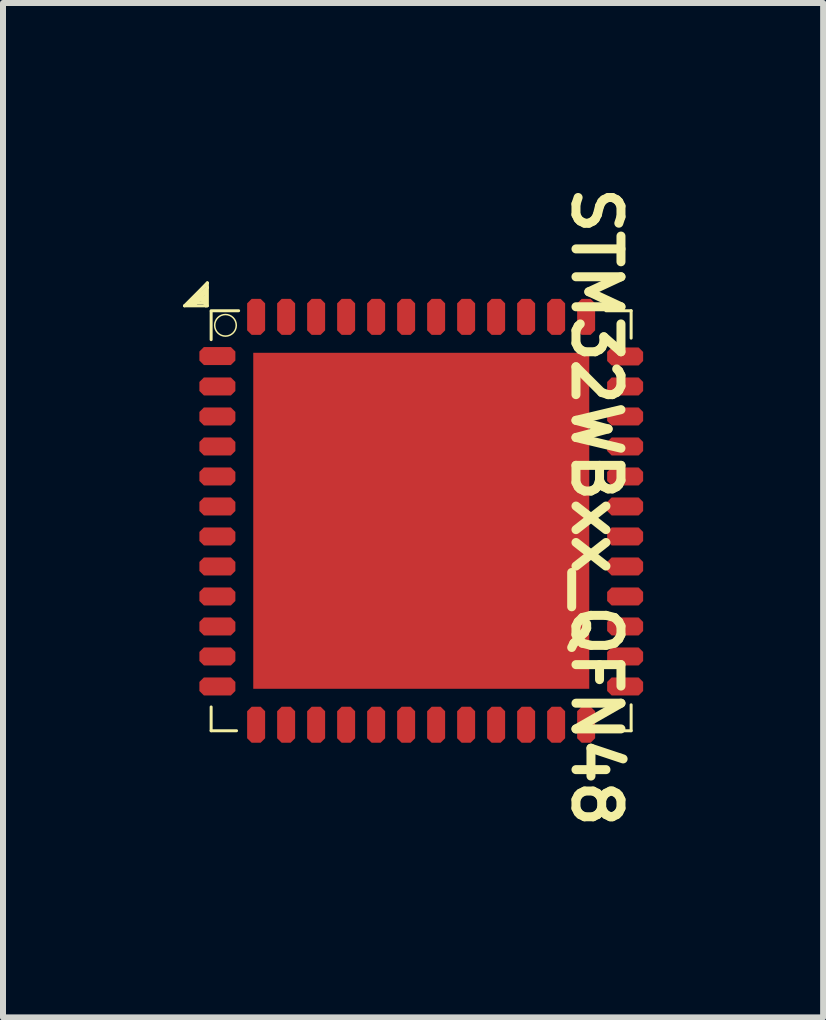
<source format=kicad_pcb>
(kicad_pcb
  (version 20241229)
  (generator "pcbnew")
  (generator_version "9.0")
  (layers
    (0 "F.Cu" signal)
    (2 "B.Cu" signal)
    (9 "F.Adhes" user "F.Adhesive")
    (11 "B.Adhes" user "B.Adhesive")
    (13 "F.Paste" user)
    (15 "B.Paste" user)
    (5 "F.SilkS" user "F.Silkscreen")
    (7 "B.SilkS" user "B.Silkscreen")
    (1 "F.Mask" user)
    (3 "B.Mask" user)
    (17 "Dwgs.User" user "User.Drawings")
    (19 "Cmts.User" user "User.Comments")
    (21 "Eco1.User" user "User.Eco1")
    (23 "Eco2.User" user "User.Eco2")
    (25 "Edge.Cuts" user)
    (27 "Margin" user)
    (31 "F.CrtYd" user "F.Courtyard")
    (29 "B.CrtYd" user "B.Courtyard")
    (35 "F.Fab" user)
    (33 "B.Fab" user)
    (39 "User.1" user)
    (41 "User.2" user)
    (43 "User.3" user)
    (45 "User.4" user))
  (footprint "STM32WBxx_QFN48"
    (layer "F.Cu")
    (at 3.971 5.63)
    (property "Reference" "STM32WBxx_QFN48" (at 2.479 -5.63 270) (unlocked yes) (layer "F.SilkS") (effects (font (size 0.75 0.75) (thickness 0.15)) (justify left bottom)))
    (fp_line (start -3.946 -3.583) (end -3.565 -3.583) (stroke (width 0.05) (type solid)) (layer "F.SilkS"))
    (fp_line (start -3.895 -3.608) (end -3.819 -3.608) (stroke (width 0.05) (type solid)) (layer "F.SilkS"))
    (fp_line (start -3.844 -3.634) (end -3.768 -3.608) (stroke (width 0.05) (type solid)) (layer "F.SilkS"))
    (fp_line (start -3.793 -3.634) (end -3.615 -3.634) (stroke (width 0.05) (type solid)) (layer "F.SilkS"))
    (fp_line (start -3.692 -3.684) (end -3.615 -3.659) (stroke (width 0.05) (type solid)) (layer "F.SilkS"))
    (fp_line (start -3.692 -3.684) (end -3.59 -3.684) (stroke (width 0.05) (type solid)) (layer "F.SilkS"))
    (fp_line (start -3.615 -3.634) (end -3.59 -3.583) (stroke (width 0.05) (type solid)) (layer "F.SilkS"))
    (fp_line (start -3.59 -3.811) (end -3.768 -3.608) (stroke (width 0.05) (type solid)) (layer "F.SilkS"))
    (fp_line (start -3.59 -3.811) (end -3.59 -3.583) (stroke (width 0.05) (type solid)) (layer "F.SilkS"))
    (fp_line (start -3.59 -3.735) (end -3.793 -3.634) (stroke (width 0.05) (type solid)) (layer "F.SilkS"))
    (fp_line (start -3.59 -3.735) (end -3.615 -3.659) (stroke (width 0.05) (type solid)) (layer "F.SilkS"))
    (fp_line (start -3.565 -3.964) (end -3.946 -3.583) (stroke (width 0.05) (type solid)) (layer "F.SilkS"))
    (fp_line (start -3.565 -3.964) (end -3.895 -3.608) (stroke (width 0.05) (type solid)) (layer "F.SilkS"))
    (fp_line (start -3.565 -3.964) (end -3.565 -3.583) (stroke (width 0.05) (type solid)) (layer "F.SilkS"))
    (fp_line (start -3.565 -3.888) (end -3.844 -3.634) (stroke (width 0.05) (type solid)) (layer "F.SilkS"))
    (fp_line (start -3.565 -3.888) (end -3.819 -3.608) (stroke (width 0.05) (type solid)) (layer "F.SilkS"))
    (fp_line (start -3.502 -3.501) (end -3.502 -3.489) (stroke (width 0.025) (type solid)) (layer "F.SilkS"))
    (fp_line (start -3.502 -3.501) (end -3.044 -3.501) (stroke (width 0.05) (type solid)) (layer "F.SilkS"))
    (fp_line (start -3.502 -3.489) (end -3.502 -3.019) (stroke (width 0.05) (type solid)) (layer "F.SilkS"))
    (fp_line (start -3.502 3.103) (end -3.502 3.499) (stroke (width 0.025) (type solid)) (layer "F.SilkS"))
    (fp_line (start -3.502 3.103) (end -3.502 3.499) (stroke (width 0.05) (type solid)) (layer "F.SilkS"))
    (fp_line (start -3.502 3.499) (end -3.079 3.499) (stroke (width 0.025) (type solid)) (layer "F.SilkS"))
    (fp_line (start -3.502 3.499) (end -3.079 3.499) (stroke (width 0.05) (type solid)) (layer "F.SilkS"))
    (fp_line (start 3.077 -3.501) (end 3.498 -3.501) (stroke (width 0.025) (type solid)) (layer "F.SilkS"))
    (fp_line (start 3.077 -3.501) (end 3.498 -3.501) (stroke (width 0.05) (type solid)) (layer "F.SilkS"))
    (fp_line (start 3.077 3.499) (end 3.498 3.499) (stroke (width 0.05) (type solid)) (layer "F.SilkS"))
    (fp_line (start 3.498 -3.501) (end 3.498 -3.044) (stroke (width 0.05) (type solid)) (layer "F.SilkS"))
    (fp_line (start 3.498 3.067) (end 3.498 3.499) (stroke (width 0.025) (type solid)) (layer "F.SilkS"))
    (fp_line (start 3.498 3.067) (end 3.498 3.499) (stroke (width 0.05) (type solid)) (layer "F.SilkS"))
    (fp_circle (center -3.263 -3.258) (end -3.083 -3.258) (stroke (width 0.025) (type solid)) (fill no) (layer "F.SilkS"))
    (pad "1" smd roundrect (at -3.398 -2.746) (size 0.6 0.3) (layers "F.Cu" "F.Mask" "F.Paste") (roundrect_rratio 0.25) (chamfer_ratio 0.25) (chamfer top_left top_right bottom_left bottom_right))
    (pad "2" smd roundrect (at -3.398 -2.239) (size 0.6 0.3) (layers "F.Cu" "F.Mask" "F.Paste") (roundrect_rratio 0.25) (chamfer_ratio 0.25) (chamfer top_left top_right bottom_left bottom_right))
    (pad "3" smd roundrect (at -3.398 -1.739) (size 0.6 0.3) (layers "F.Cu" "F.Mask" "F.Paste") (roundrect_rratio 0.25) (chamfer_ratio 0.25) (chamfer top_left top_right bottom_left bottom_right))
    (pad "4" smd roundrect (at -3.398 -1.239) (size 0.6 0.3) (layers "F.Cu" "F.Mask" "F.Paste") (roundrect_rratio 0.25) (chamfer_ratio 0.25) (chamfer top_left top_right bottom_left bottom_right))
    (pad "5" smd roundrect (at -3.398 -0.739) (size 0.6 0.3) (layers "F.Cu" "F.Mask" "F.Paste") (roundrect_rratio 0.25) (chamfer_ratio 0.25) (chamfer top_left top_right bottom_left bottom_right))
    (pad "6" smd roundrect (at -3.398 -0.239) (size 0.6 0.3) (layers "F.Cu" "F.Mask" "F.Paste") (roundrect_rratio 0.25) (chamfer_ratio 0.25) (chamfer top_left top_right bottom_left bottom_right))
    (pad "7" smd roundrect (at -3.398 0.261) (size 0.6 0.3) (layers "F.Cu" "F.Mask" "F.Paste") (roundrect_rratio 0.25) (chamfer_ratio 0.25) (chamfer top_left top_right bottom_left bottom_right))
    (pad "8" smd roundrect (at -3.398 0.761) (size 0.6 0.3) (layers "F.Cu" "F.Mask" "F.Paste") (roundrect_rratio 0.25) (chamfer_ratio 0.25) (chamfer top_left top_right bottom_left bottom_right))
    (pad "9" smd roundrect (at -3.398 1.261) (size 0.6 0.3) (layers "F.Cu" "F.Mask" "F.Paste") (roundrect_rratio 0.25) (chamfer_ratio 0.25) (chamfer top_left top_right bottom_left bottom_right))
    (pad "10" smd roundrect (at -3.398 1.761) (size 0.6 0.3) (layers "F.Cu" "F.Mask" "F.Paste") (roundrect_rratio 0.25) (chamfer_ratio 0.25) (chamfer top_left top_right bottom_left bottom_right))
    (pad "11" smd roundrect (at -3.398 2.261) (size 0.6 0.3) (layers "F.Cu" "F.Mask" "F.Paste") (roundrect_rratio 0.25) (chamfer_ratio 0.25) (chamfer top_left top_right bottom_left bottom_right))
    (pad "12" smd roundrect (at -3.398 2.761) (size 0.6 0.3) (layers "F.Cu" "F.Mask" "F.Paste") (roundrect_rratio 0.25) (chamfer_ratio 0.25) (chamfer top_left top_right bottom_left bottom_right))
    (pad "13" smd roundrect (at -2.752 3.399 90) (size 0.6 0.3) (layers "F.Cu" "F.Mask" "F.Paste") (roundrect_rratio 0.25) (chamfer_ratio 0.25) (chamfer top_left top_right bottom_left bottom_right))
    (pad "14" smd roundrect (at -2.252 3.399 90) (size 0.6 0.3) (layers "F.Cu" "F.Mask" "F.Paste") (roundrect_rratio 0.25) (chamfer_ratio 0.25) (chamfer top_left top_right bottom_left bottom_right))
    (pad "15" smd roundrect (at -1.752 3.399 90) (size 0.6 0.3) (layers "F.Cu" "F.Mask" "F.Paste") (roundrect_rratio 0.25) (chamfer_ratio 0.25) (chamfer top_left top_right bottom_left bottom_right))
    (pad "16" smd roundrect (at -1.252 3.399 90) (size 0.6 0.3) (layers "F.Cu" "F.Mask" "F.Paste") (roundrect_rratio 0.25) (chamfer_ratio 0.25) (chamfer top_left top_right bottom_left bottom_right))
    (pad "17" smd roundrect (at -0.752 3.399 90) (size 0.6 0.3) (layers "F.Cu" "F.Mask" "F.Paste") (roundrect_rratio 0.25) (chamfer_ratio 0.25) (chamfer top_left top_right bottom_left bottom_right))
    (pad "18" smd roundrect (at -0.252 3.399 90) (size 0.6 0.3) (layers "F.Cu" "F.Mask" "F.Paste") (roundrect_rratio 0.25) (chamfer_ratio 0.25) (chamfer top_left top_right bottom_left bottom_right))
    (pad "19" smd roundrect (at 0.248 3.399 90) (size 0.6 0.3) (layers "F.Cu" "F.Mask" "F.Paste") (roundrect_rratio 0.25) (chamfer_ratio 0.25) (chamfer top_left top_right bottom_left bottom_right))
    (pad "20" smd roundrect (at 0.748 3.399 90) (size 0.6 0.3) (layers "F.Cu" "F.Mask" "F.Paste") (roundrect_rratio 0.25) (chamfer_ratio 0.25) (chamfer top_left top_right bottom_left bottom_right))
    (pad "21" smd roundrect (at 1.248 3.399 90) (size 0.6 0.3) (layers "F.Cu" "F.Mask" "F.Paste") (roundrect_rratio 0.25) (chamfer_ratio 0.25) (chamfer top_left top_right bottom_left bottom_right))
    (pad "22" smd roundrect (at 1.748 3.399 90) (size 0.6 0.3) (layers "F.Cu" "F.Mask" "F.Paste") (roundrect_rratio 0.25) (chamfer_ratio 0.25) (chamfer top_left top_right bottom_left bottom_right))
    (pad "23" smd roundrect (at 2.248 3.399 90) (size 0.6 0.3) (layers "F.Cu" "F.Mask" "F.Paste") (roundrect_rratio 0.25) (chamfer_ratio 0.25) (chamfer top_left top_right bottom_left bottom_right))
    (pad "24" smd roundrect (at 2.748 3.399 90) (size 0.6 0.3) (layers "F.Cu" "F.Mask" "F.Paste") (roundrect_rratio 0.25) (chamfer_ratio 0.25) (chamfer top_left top_right bottom_left bottom_right))
    (pad "25" smd roundrect (at 3.398 2.761) (size 0.6 0.3) (layers "F.Cu" "F.Mask" "F.Paste") (roundrect_rratio 0.25) (chamfer_ratio 0.25) (chamfer top_left top_right bottom_left bottom_right))
    (pad "26" smd roundrect (at 3.398 2.261) (size 0.6 0.3) (layers "F.Cu" "F.Mask" "F.Paste") (roundrect_rratio 0.25) (chamfer_ratio 0.25) (chamfer top_left top_right bottom_left bottom_right))
    (pad "27" smd roundrect (at 3.398 1.761) (size 0.6 0.3) (layers "F.Cu" "F.Mask" "F.Paste") (roundrect_rratio 0.25) (chamfer_ratio 0.25) (chamfer top_left top_right bottom_left bottom_right))
    (pad "28" smd roundrect (at 3.398 1.261) (size 0.6 0.3) (layers "F.Cu" "F.Mask" "F.Paste") (roundrect_rratio 0.25) (chamfer_ratio 0.25) (chamfer top_left top_right bottom_left bottom_right))
    (pad "29" smd roundrect (at 3.398 0.761) (size 0.6 0.3) (layers "F.Cu" "F.Mask" "F.Paste") (roundrect_rratio 0.25) (chamfer_ratio 0.25) (chamfer top_left top_right bottom_left bottom_right))
    (pad "30" smd roundrect (at 3.398 0.261) (size 0.6 0.3) (layers "F.Cu" "F.Mask" "F.Paste") (roundrect_rratio 0.25) (chamfer_ratio 0.25) (chamfer top_left top_right bottom_left bottom_right))
    (pad "31" smd roundrect (at 3.398 -0.239) (size 0.6 0.3) (layers "F.Cu" "F.Mask" "F.Paste") (roundrect_rratio 0.25) (chamfer_ratio 0.25) (chamfer top_left top_right bottom_left bottom_right))
    (pad "32" smd roundrect (at 3.398 -0.739) (size 0.6 0.3) (layers "F.Cu" "F.Mask" "F.Paste") (roundrect_rratio 0.25) (chamfer_ratio 0.25) (chamfer top_left top_right bottom_left bottom_right))
    (pad "33" smd roundrect (at 3.398 -1.239) (size 0.6 0.3) (layers "F.Cu" "F.Mask" "F.Paste") (roundrect_rratio 0.25) (chamfer_ratio 0.25) (chamfer top_left top_right bottom_left bottom_right))
    (pad "34" smd roundrect (at 3.398 -1.739) (size 0.6 0.3) (layers "F.Cu" "F.Mask" "F.Paste") (roundrect_rratio 0.25) (chamfer_ratio 0.25) (chamfer top_left top_right bottom_left bottom_right))
    (pad "35" smd roundrect (at 3.398 -2.239) (size 0.6 0.3) (layers "F.Cu" "F.Mask" "F.Paste") (roundrect_rratio 0.25) (chamfer_ratio 0.25) (chamfer top_left top_right bottom_left bottom_right))
    (pad "36" smd roundrect (at 3.398 -2.739) (size 0.6 0.3) (layers "F.Cu" "F.Mask" "F.Paste") (roundrect_rratio 0.25) (chamfer_ratio 0.25) (chamfer top_left top_right bottom_left bottom_right))
    (pad "37" smd roundrect (at 2.748 -3.399 90) (size 0.6 0.3) (layers "F.Cu" "F.Mask" "F.Paste") (roundrect_rratio 0.25) (chamfer_ratio 0.25) (chamfer top_left top_right bottom_left bottom_right))
    (pad "38" smd roundrect (at 2.248 -3.399 90) (size 0.6 0.3) (layers "F.Cu" "F.Mask" "F.Paste") (roundrect_rratio 0.25) (chamfer_ratio 0.25) (chamfer top_left top_right bottom_left bottom_right))
    (pad "39" smd roundrect (at 1.748 -3.399 90) (size 0.6 0.3) (layers "F.Cu" "F.Mask" "F.Paste") (roundrect_rratio 0.25) (chamfer_ratio 0.25) (chamfer top_left top_right bottom_left bottom_right))
    (pad "40" smd roundrect (at 1.248 -3.399 90) (size 0.6 0.3) (layers "F.Cu" "F.Mask" "F.Paste") (roundrect_rratio 0.25) (chamfer_ratio 0.25) (chamfer top_left top_right bottom_left bottom_right))
    (pad "41" smd roundrect (at 0.748 -3.399 90) (size 0.6 0.3) (layers "F.Cu" "F.Mask" "F.Paste") (roundrect_rratio 0.25) (chamfer_ratio 0.25) (chamfer top_left top_right bottom_left bottom_right))
    (pad "42" smd roundrect (at 0.248 -3.399 90) (size 0.6 0.3) (layers "F.Cu" "F.Mask" "F.Paste") (roundrect_rratio 0.25) (chamfer_ratio 0.25) (chamfer top_left top_right bottom_left bottom_right))
    (pad "43" smd roundrect (at -0.252 -3.399 90) (size 0.6 0.3) (layers "F.Cu" "F.Mask" "F.Paste") (roundrect_rratio 0.25) (chamfer_ratio 0.25) (chamfer top_left top_right bottom_left bottom_right))
    (pad "44" smd roundrect (at -0.752 -3.399 90) (size 0.6 0.3) (layers "F.Cu" "F.Mask" "F.Paste") (roundrect_rratio 0.25) (chamfer_ratio 0.25) (chamfer top_left top_right bottom_left bottom_right))
    (pad "45" smd roundrect (at -1.252 -3.399 90) (size 0.6 0.3) (layers "F.Cu" "F.Mask" "F.Paste") (roundrect_rratio 0.25) (chamfer_ratio 0.25) (chamfer top_left top_right bottom_left bottom_right))
    (pad "46" smd roundrect (at -1.752 -3.399 90) (size 0.6 0.3) (layers "F.Cu" "F.Mask" "F.Paste") (roundrect_rratio 0.25) (chamfer_ratio 0.25) (chamfer top_left top_right bottom_left bottom_right))
    (pad "47" smd roundrect (at -2.252 -3.399 90) (size 0.6 0.3) (layers "F.Cu" "F.Mask" "F.Paste") (roundrect_rratio 0.25) (chamfer_ratio 0.25) (chamfer top_left top_right bottom_left bottom_right))
    (pad "48" smd roundrect (at -2.752 -3.399 90) (size 0.6 0.3) (layers "F.Cu" "F.Mask" "F.Paste") (roundrect_rratio 0.25) (chamfer_ratio 0.25) (chamfer top_left top_right bottom_left bottom_right))
    (pad "49" smd rect (at 0 0 90) (size 5.6 5.6) (layers "F.Cu" "F.Mask" "F.Paste")))
  (gr_rect
    (start -3 -3)
    (end 10.669 13.907)
    (stroke (width 0.1) (type default))
    (fill no)
    (layer "Edge.Cuts")))
</source>
